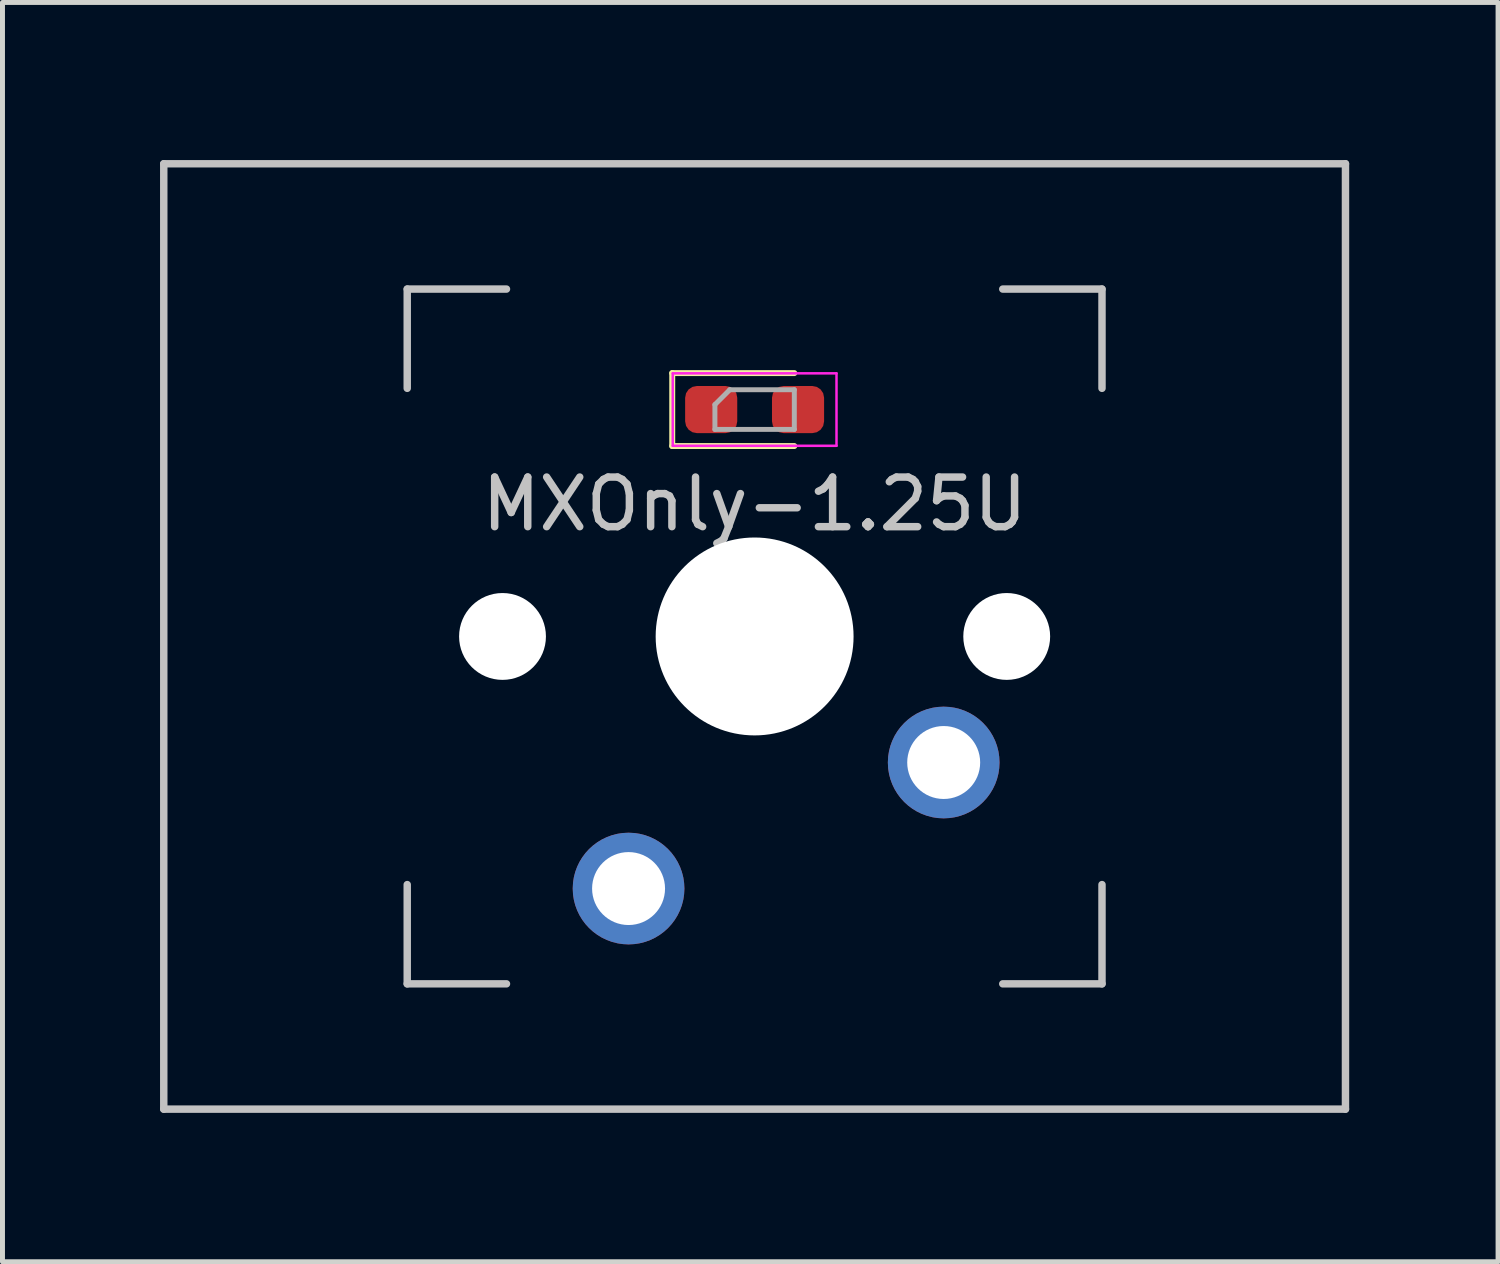
<source format=kicad_pcb>
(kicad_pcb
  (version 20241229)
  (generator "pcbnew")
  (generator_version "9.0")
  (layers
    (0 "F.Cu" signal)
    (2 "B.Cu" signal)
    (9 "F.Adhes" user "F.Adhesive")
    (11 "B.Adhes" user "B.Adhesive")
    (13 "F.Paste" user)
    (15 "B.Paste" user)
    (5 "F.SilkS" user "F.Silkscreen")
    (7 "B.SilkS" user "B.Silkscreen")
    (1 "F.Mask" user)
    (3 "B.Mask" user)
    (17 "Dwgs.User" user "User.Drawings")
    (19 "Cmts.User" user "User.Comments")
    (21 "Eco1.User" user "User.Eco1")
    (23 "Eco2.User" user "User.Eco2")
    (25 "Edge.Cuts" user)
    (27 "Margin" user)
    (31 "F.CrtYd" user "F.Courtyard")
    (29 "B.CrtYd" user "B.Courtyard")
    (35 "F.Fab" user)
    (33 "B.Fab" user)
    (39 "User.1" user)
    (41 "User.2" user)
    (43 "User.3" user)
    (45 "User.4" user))
  (footprint "MXOnly-1.25U"
    (layer "F.Cu")
    (at 0.25 0.25)
    (property "Reference" "MXOnly-1.25U" (at 11.906 6.858 180) (layer "Dwgs.User") (effects (font (size 1 1) (thickness 0.15))))
    (attr through_hole)
    (fp_line (start 10.246 4.218) (end 10.246 5.688) (stroke (width 0.12) (type solid)) (layer "F.SilkS"))
    (fp_line (start 10.246 5.688) (end 12.706 5.688) (stroke (width 0.12) (type solid)) (layer "F.SilkS"))
    (fp_line (start 12.706 4.218) (end 10.246 4.218) (stroke (width 0.12) (type solid)) (layer "F.SilkS"))
    (fp_line (start 0 19.05) (end 0 0) (stroke (width 0.15) (type solid)) (layer "Dwgs.User"))
    (fp_line (start 4.906 2.525) (end 4.906 4.525) (stroke (width 0.15) (type solid)) (layer "Dwgs.User"))
    (fp_line (start 4.906 16.525) (end 4.906 14.525) (stroke (width 0.15) (type solid)) (layer "Dwgs.User"))
    (fp_line (start 6.906 2.525) (end 4.906 2.525) (stroke (width 0.15) (type solid)) (layer "Dwgs.User"))
    (fp_line (start 6.906 16.525) (end 4.906 16.525) (stroke (width 0.15) (type solid)) (layer "Dwgs.User"))
    (fp_line (start 16.906 16.525) (end 18.906 16.525) (stroke (width 0.15) (type solid)) (layer "Dwgs.User"))
    (fp_line (start 18.906 2.525) (end 16.906 2.525) (stroke (width 0.15) (type solid)) (layer "Dwgs.User"))
    (fp_line (start 18.906 4.525) (end 18.906 2.525) (stroke (width 0.15) (type solid)) (layer "Dwgs.User"))
    (fp_line (start 18.906 16.525) (end 18.906 14.525) (stroke (width 0.15) (type solid)) (layer "Dwgs.User"))
    (fp_line (start 23.812 0) (end 0 0) (stroke (width 0.15) (type solid)) (layer "Dwgs.User"))
    (fp_line (start 23.812 0) (end 23.812 19.05) (stroke (width 0.15) (type solid)) (layer "Dwgs.User"))
    (fp_line (start 23.812 19.05) (end 0 19.05) (stroke (width 0.15) (type solid)) (layer "Dwgs.User"))
    (fp_line (start 10.256 4.223) (end 13.556 4.223) (stroke (width 0.05) (type solid)) (layer "F.CrtYd"))
    (fp_line (start 10.256 5.683) (end 10.256 4.223) (stroke (width 0.05) (type solid)) (layer "F.CrtYd"))
    (fp_line (start 13.556 4.223) (end 13.556 5.683) (stroke (width 0.05) (type solid)) (layer "F.CrtYd"))
    (fp_line (start 13.556 5.683) (end 10.256 5.683) (stroke (width 0.05) (type solid)) (layer "F.CrtYd"))
    (fp_line (start 11.106 4.853) (end 11.106 5.353) (stroke (width 0.1) (type solid)) (layer "F.Fab"))
    (fp_line (start 11.106 5.353) (end 12.706 5.353) (stroke (width 0.1) (type solid)) (layer "F.Fab"))
    (fp_line (start 11.406 4.553) (end 11.106 4.853) (stroke (width 0.1) (type solid)) (layer "F.Fab"))
    (fp_line (start 12.706 4.553) (end 11.406 4.553) (stroke (width 0.1) (type solid)) (layer "F.Fab"))
    (fp_line (start 12.706 5.353) (end 12.706 4.553) (stroke (width 0.1) (type solid)) (layer "F.Fab"))
    (pad "" np_thru_hole circle (at 6.826 9.525 228.1) (size 1.75 1.75) (drill 1.75) (layers "*.Cu" "*.Mask"))
    (pad "" np_thru_hole circle (at 11.906 9.525 180) (size 3.988 3.988) (drill 3.988) (layers "*.Cu" "*.Mask"))
    (pad "" np_thru_hole circle (at 16.986 9.525 228.1) (size 1.75 1.75) (drill 1.75) (layers "*.Cu" "*.Mask"))
    (pad "1" thru_hole circle (at 15.716 12.065 180) (size 2.25 2.25) (drill 1.47) (layers "*.Cu" "B.Mask"))
    (pad "2" thru_hole circle (at 9.366 14.605 180) (size 2.25 2.25) (drill 1.47) (layers "*.Cu" "B.Mask"))
    (pad "3" smd roundrect (at 12.781 4.953) (size 1.05 0.95) (layers "F.Cu" "F.Mask" "F.Paste") (roundrect_rratio 0.25))
    (pad "4" smd roundrect (at 11.031 4.953) (size 1.05 0.95) (layers "F.Cu" "F.Mask" "F.Paste") (roundrect_rratio 0.25)))
  (gr_rect
    (start -3 -3)
    (end 27.137 22.375)
    (stroke (width 0.1) (type default))
    (fill no)
    (layer "Edge.Cuts")))
</source>
